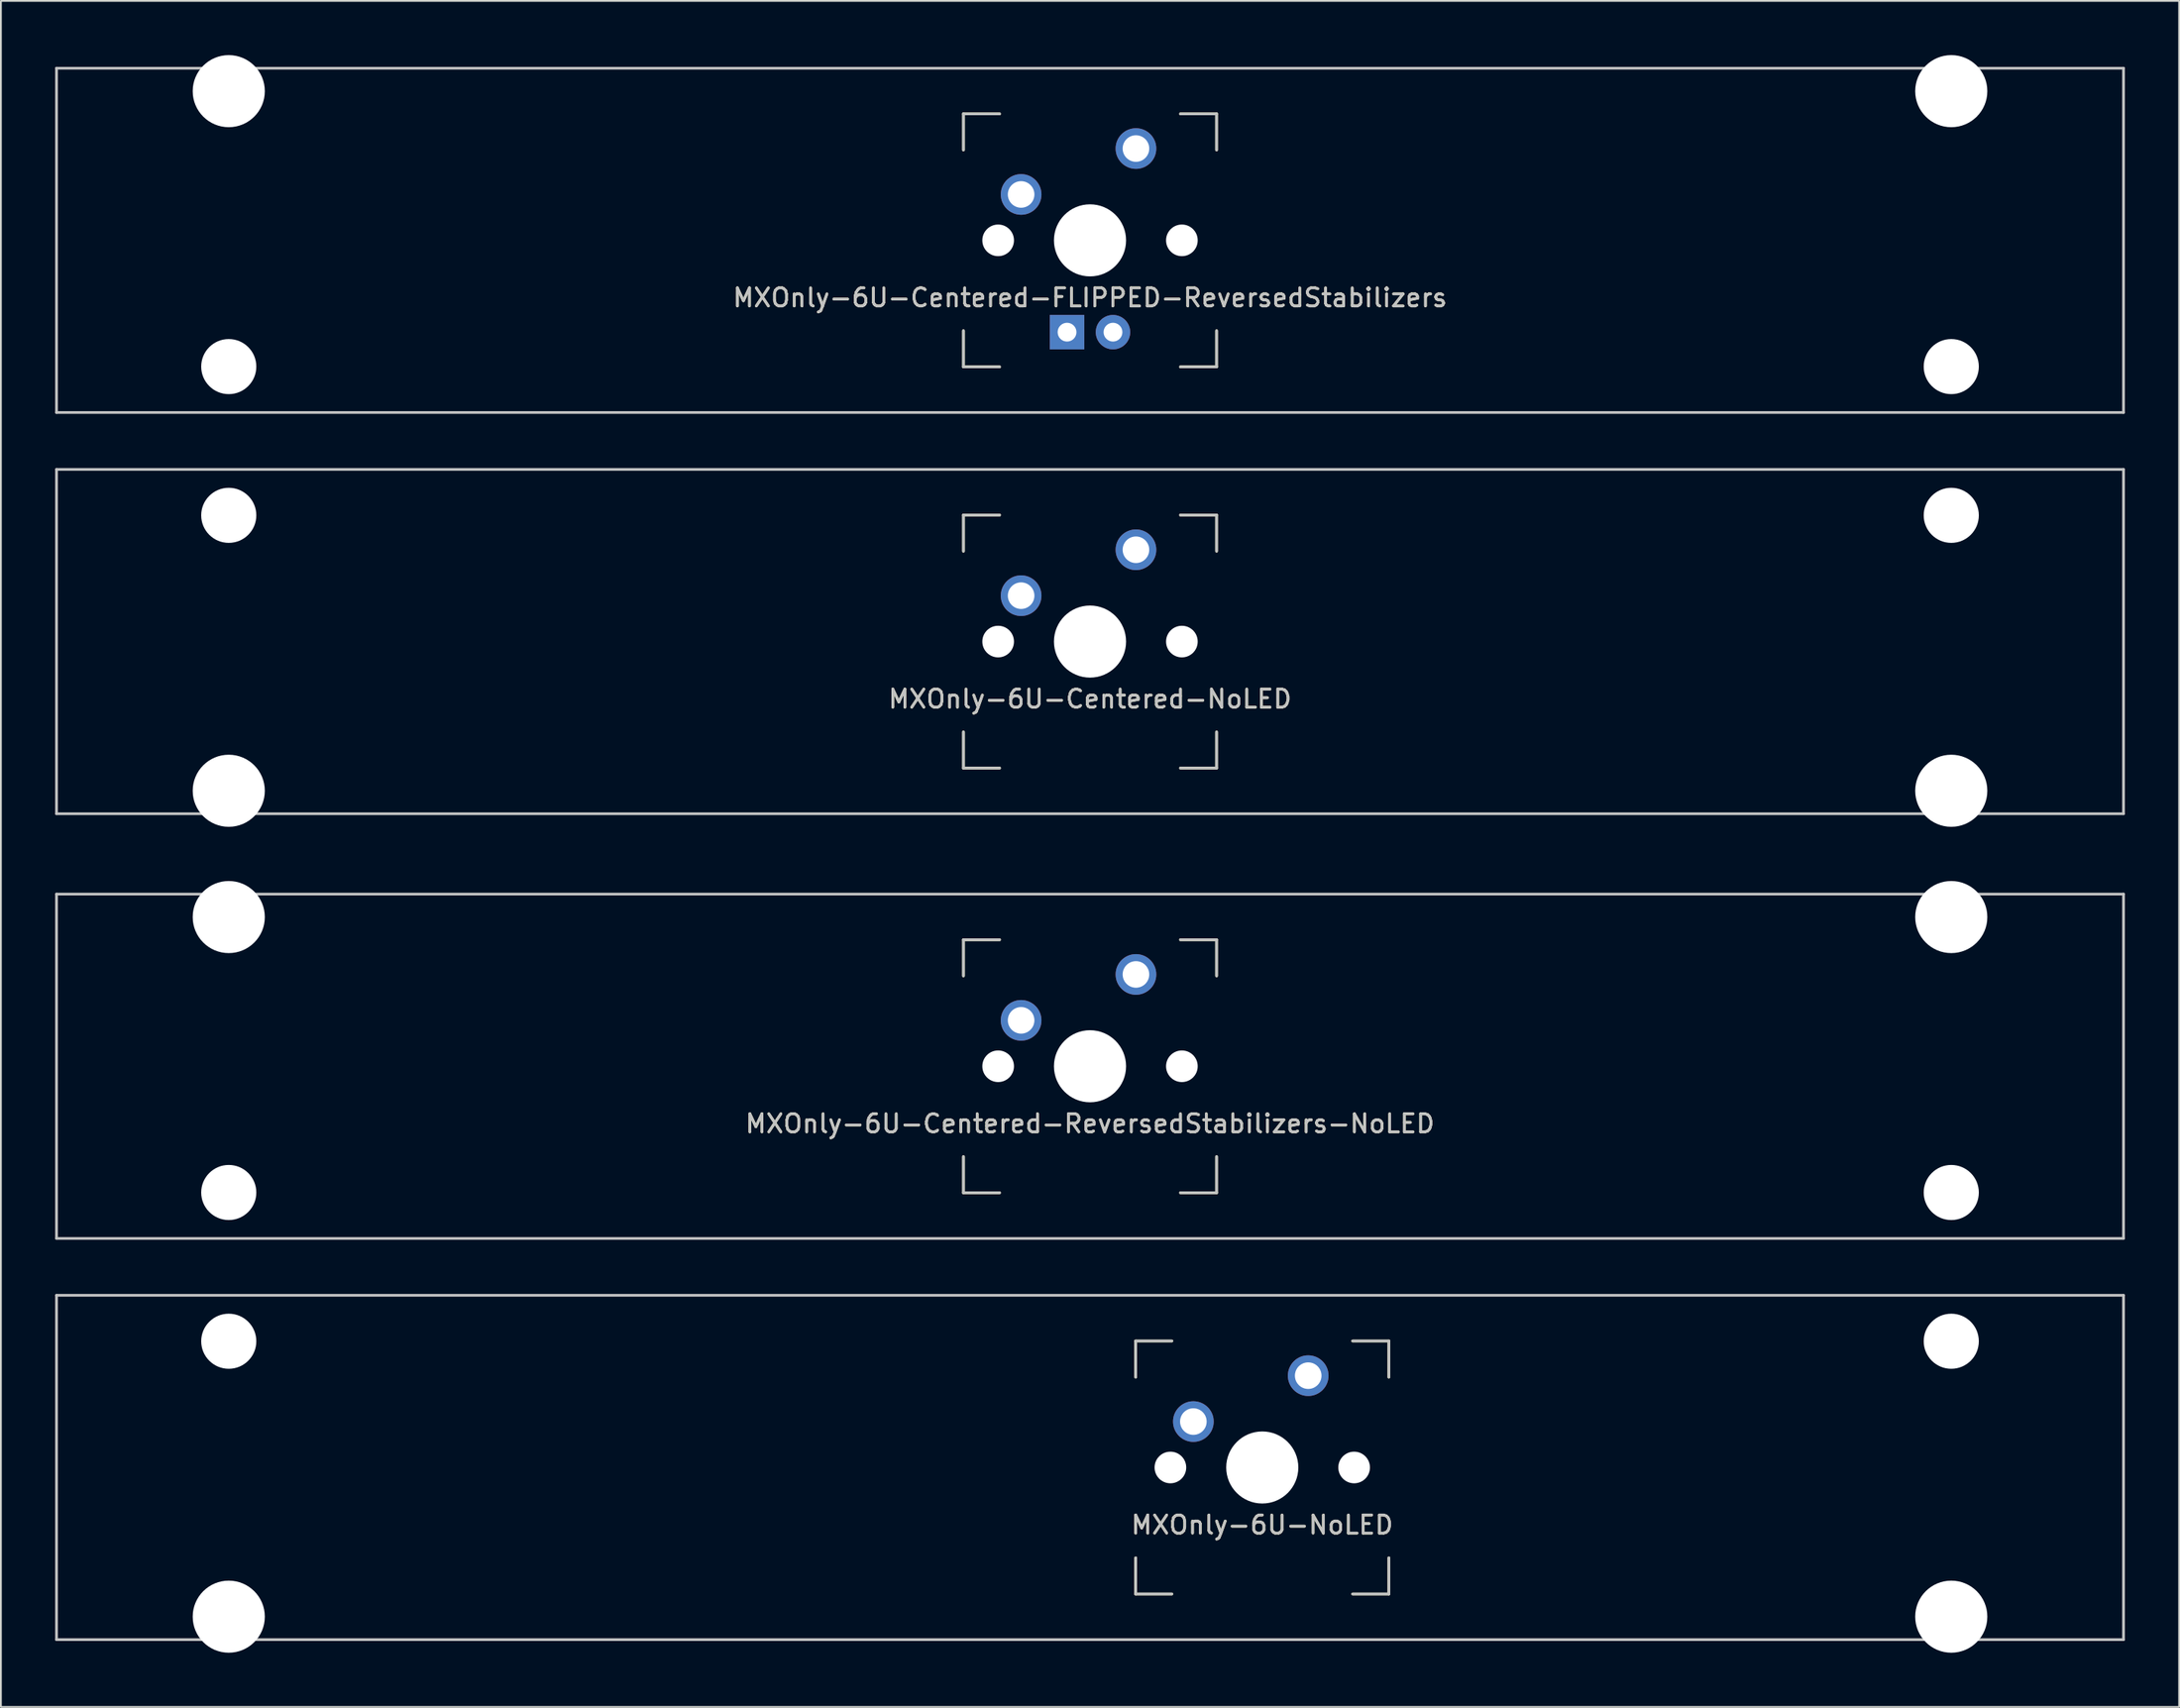
<source format=kicad_pcb>
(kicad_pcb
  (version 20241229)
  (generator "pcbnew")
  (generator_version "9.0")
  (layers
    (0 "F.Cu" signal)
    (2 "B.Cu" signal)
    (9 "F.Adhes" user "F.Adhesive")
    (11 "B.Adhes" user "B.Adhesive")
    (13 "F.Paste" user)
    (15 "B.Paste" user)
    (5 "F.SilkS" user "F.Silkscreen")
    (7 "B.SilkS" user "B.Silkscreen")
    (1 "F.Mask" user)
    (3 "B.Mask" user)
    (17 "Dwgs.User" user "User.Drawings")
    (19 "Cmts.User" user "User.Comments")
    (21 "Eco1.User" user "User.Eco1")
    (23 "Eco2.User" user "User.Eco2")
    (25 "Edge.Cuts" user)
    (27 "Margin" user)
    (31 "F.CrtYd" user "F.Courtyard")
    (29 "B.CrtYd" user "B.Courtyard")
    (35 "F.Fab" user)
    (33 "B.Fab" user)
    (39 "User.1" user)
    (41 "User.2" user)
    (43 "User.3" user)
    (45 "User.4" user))
  (footprint "MXOnly-6U-NoLED"
    (layer "F.Cu")
    (at 57.225 78.147)
    (property "Reference" "MXOnly-6U-NoLED" (at 9.525 3.175 0) (layer "Dwgs.User") (effects (font (size 1 1) (thickness 0.15))))
    (attr through_hole)
    (fp_line (start 2.525 -7) (end 2.525 -5) (stroke (width 0.15) (type solid)) (layer "F.SilkS"))
    (fp_line (start 2.525 5) (end 2.525 7) (stroke (width 0.15) (type solid)) (layer "F.SilkS"))
    (fp_line (start 2.525 7) (end 4.525 7) (stroke (width 0.15) (type solid)) (layer "F.SilkS"))
    (fp_line (start 4.525 -7) (end 2.525 -7) (stroke (width 0.15) (type solid)) (layer "F.SilkS"))
    (fp_line (start 14.525 -7) (end 16.525 -7) (stroke (width 0.15) (type solid)) (layer "F.SilkS"))
    (fp_line (start 14.525 7) (end 16.525 7) (stroke (width 0.15) (type solid)) (layer "F.SilkS"))
    (fp_line (start 16.525 -7) (end 16.525 -5) (stroke (width 0.15) (type solid)) (layer "F.SilkS"))
    (fp_line (start 16.525 7) (end 16.525 5) (stroke (width 0.15) (type solid)) (layer "F.SilkS"))
    (fp_line (start -57.15 -9.525) (end 57.15 -9.525) (stroke (width 0.15) (type solid)) (layer "Dwgs.User"))
    (fp_line (start -57.15 9.525) (end -57.15 -9.525) (stroke (width 0.15) (type solid)) (layer "Dwgs.User"))
    (fp_line (start -57.15 9.525) (end 57.15 9.525) (stroke (width 0.15) (type solid)) (layer "Dwgs.User"))
    (fp_line (start 2.525 -7) (end 2.525 -5) (stroke (width 0.15) (type solid)) (layer "Dwgs.User"))
    (fp_line (start 2.525 5) (end 2.525 7) (stroke (width 0.15) (type solid)) (layer "Dwgs.User"))
    (fp_line (start 2.525 7) (end 4.525 7) (stroke (width 0.15) (type solid)) (layer "Dwgs.User"))
    (fp_line (start 4.525 -7) (end 2.525 -7) (stroke (width 0.15) (type solid)) (layer "Dwgs.User"))
    (fp_line (start 14.525 -7) (end 16.525 -7) (stroke (width 0.15) (type solid)) (layer "Dwgs.User"))
    (fp_line (start 14.525 7) (end 16.525 7) (stroke (width 0.15) (type solid)) (layer "Dwgs.User"))
    (fp_line (start 16.525 -7) (end 16.525 -5) (stroke (width 0.15) (type solid)) (layer "Dwgs.User"))
    (fp_line (start 16.525 7) (end 16.525 5) (stroke (width 0.15) (type solid)) (layer "Dwgs.User"))
    (fp_line (start 57.15 -9.525) (end 57.15 9.525) (stroke (width 0.15) (type solid)) (layer "Dwgs.User"))
    (fp_text user "${REFERENCE}" (at 9.525 3.175 0) (layer "F.SilkS") (effects (font (size 1 1) (thickness 0.15))))
    (pad "" np_thru_hole circle (at -47.625 -6.985) (size 3.048 3.048) (drill 3.048) (layers "*.Cu" "*.Mask"))
    (pad "" np_thru_hole circle (at -47.625 8.255) (size 3.988 3.988) (drill 3.988) (layers "*.Cu" "*.Mask"))
    (pad "" np_thru_hole circle (at 4.445 0 48.1) (size 1.75 1.75) (drill 1.75) (layers "*.Cu" "*.Mask"))
    (pad "" np_thru_hole circle (at 9.525 0) (size 3.988 3.988) (drill 3.988) (layers "*.Cu" "*.Mask"))
    (pad "" np_thru_hole circle (at 14.605 0 48.1) (size 1.75 1.75) (drill 1.75) (layers "*.Cu" "*.Mask"))
    (pad "" np_thru_hole circle (at 47.625 -6.985) (size 3.048 3.048) (drill 3.048) (layers "*.Cu" "*.Mask"))
    (pad "" np_thru_hole circle (at 47.625 8.255) (size 3.988 3.988) (drill 3.988) (layers "*.Cu" "*.Mask"))
    (pad "1" thru_hole circle (at 5.715 -2.54) (size 2.25 2.25) (drill 1.47) (layers "*.Cu" "B.Mask"))
    (pad "2" thru_hole circle (at 12.065 -5.08) (size 2.25 2.25) (drill 1.47) (layers "*.Cu" "B.Mask")))
  (footprint "MXOnly-6U-Centered-NoLED"
    (layer "F.Cu")
    (at 57.225 32.449)
    (property "Reference" "MXOnly-6U-Centered-NoLED" (at 0 3.175 0) (layer "Dwgs.User") (effects (font (size 1 1) (thickness 0.15))))
    (attr through_hole)
    (fp_line (start -7 -7) (end -7 -5) (stroke (width 0.15) (type solid)) (layer "F.SilkS"))
    (fp_line (start -7 5) (end -7 7) (stroke (width 0.15) (type solid)) (layer "F.SilkS"))
    (fp_line (start -7 7) (end -5 7) (stroke (width 0.15) (type solid)) (layer "F.SilkS"))
    (fp_line (start -5 -7) (end -7 -7) (stroke (width 0.15) (type solid)) (layer "F.SilkS"))
    (fp_line (start 5 -7) (end 7 -7) (stroke (width 0.15) (type solid)) (layer "F.SilkS"))
    (fp_line (start 5 7) (end 7 7) (stroke (width 0.15) (type solid)) (layer "F.SilkS"))
    (fp_line (start 7 -7) (end 7 -5) (stroke (width 0.15) (type solid)) (layer "F.SilkS"))
    (fp_line (start 7 7) (end 7 5) (stroke (width 0.15) (type solid)) (layer "F.SilkS"))
    (fp_line (start -57.15 -9.525) (end 57.15 -9.525) (stroke (width 0.15) (type solid)) (layer "Dwgs.User"))
    (fp_line (start -57.15 9.525) (end -57.15 -9.525) (stroke (width 0.15) (type solid)) (layer "Dwgs.User"))
    (fp_line (start -57.15 9.525) (end 57.15 9.525) (stroke (width 0.15) (type solid)) (layer "Dwgs.User"))
    (fp_line (start -7 -7) (end -7 -5) (stroke (width 0.15) (type solid)) (layer "Dwgs.User"))
    (fp_line (start -7 5) (end -7 7) (stroke (width 0.15) (type solid)) (layer "Dwgs.User"))
    (fp_line (start -7 7) (end -5 7) (stroke (width 0.15) (type solid)) (layer "Dwgs.User"))
    (fp_line (start -5 -7) (end -7 -7) (stroke (width 0.15) (type solid)) (layer "Dwgs.User"))
    (fp_line (start 5 -7) (end 7 -7) (stroke (width 0.15) (type solid)) (layer "Dwgs.User"))
    (fp_line (start 5 7) (end 7 7) (stroke (width 0.15) (type solid)) (layer "Dwgs.User"))
    (fp_line (start 7 -7) (end 7 -5) (stroke (width 0.15) (type solid)) (layer "Dwgs.User"))
    (fp_line (start 7 7) (end 7 5) (stroke (width 0.15) (type solid)) (layer "Dwgs.User"))
    (fp_line (start 57.15 -9.525) (end 57.15 9.525) (stroke (width 0.15) (type solid)) (layer "Dwgs.User"))
    (fp_text user "${REFERENCE}" (at 0 3.175 0) (layer "F.SilkS") (effects (font (size 1 1) (thickness 0.15))))
    (pad "" np_thru_hole circle (at -47.625 -6.985) (size 3.048 3.048) (drill 3.048) (layers "*.Cu" "*.Mask"))
    (pad "" np_thru_hole circle (at -47.625 8.255) (size 3.988 3.988) (drill 3.988) (layers "*.Cu" "*.Mask"))
    (pad "" np_thru_hole circle (at -5.08 0 48.1) (size 1.75 1.75) (drill 1.75) (layers "*.Cu" "*.Mask"))
    (pad "" np_thru_hole circle (at 0 0) (size 3.988 3.988) (drill 3.988) (layers "*.Cu" "*.Mask"))
    (pad "" np_thru_hole circle (at 5.08 0 48.1) (size 1.75 1.75) (drill 1.75) (layers "*.Cu" "*.Mask"))
    (pad "" np_thru_hole circle (at 47.625 -6.985) (size 3.048 3.048) (drill 3.048) (layers "*.Cu" "*.Mask"))
    (pad "" np_thru_hole circle (at 47.625 8.255) (size 3.988 3.988) (drill 3.988) (layers "*.Cu" "*.Mask"))
    (pad "1" thru_hole circle (at -3.81 -2.54) (size 2.25 2.25) (drill 1.47) (layers "*.Cu" "B.Mask"))
    (pad "2" thru_hole circle (at 2.54 -5.08) (size 2.25 2.25) (drill 1.47) (layers "*.Cu" "B.Mask")))
  (footprint "MXOnly-6U-Centered-ReversedStabilizers-NoLED"
    (layer "F.Cu")
    (at 57.225 55.947)
    (property "Reference" "MXOnly-6U-Centered-ReversedStabilizers-NoLED" (at 0 3.175 0) (layer "Dwgs.User") (effects (font (size 1 1) (thickness 0.15))))
    (attr through_hole)
    (fp_line (start -7 -7) (end -7 -5) (stroke (width 0.15) (type solid)) (layer "F.SilkS"))
    (fp_line (start -7 5) (end -7 7) (stroke (width 0.15) (type solid)) (layer "F.SilkS"))
    (fp_line (start -7 7) (end -5 7) (stroke (width 0.15) (type solid)) (layer "F.SilkS"))
    (fp_line (start -5 -7) (end -7 -7) (stroke (width 0.15) (type solid)) (layer "F.SilkS"))
    (fp_line (start 5 -7) (end 7 -7) (stroke (width 0.15) (type solid)) (layer "F.SilkS"))
    (fp_line (start 5 7) (end 7 7) (stroke (width 0.15) (type solid)) (layer "F.SilkS"))
    (fp_line (start 7 -7) (end 7 -5) (stroke (width 0.15) (type solid)) (layer "F.SilkS"))
    (fp_line (start 7 7) (end 7 5) (stroke (width 0.15) (type solid)) (layer "F.SilkS"))
    (fp_line (start -57.15 -9.525) (end 57.15 -9.525) (stroke (width 0.15) (type solid)) (layer "Dwgs.User"))
    (fp_line (start -57.15 9.525) (end -57.15 -9.525) (stroke (width 0.15) (type solid)) (layer "Dwgs.User"))
    (fp_line (start -57.15 9.525) (end 57.15 9.525) (stroke (width 0.15) (type solid)) (layer "Dwgs.User"))
    (fp_line (start -7 -7) (end -7 -5) (stroke (width 0.15) (type solid)) (layer "Dwgs.User"))
    (fp_line (start -7 5) (end -7 7) (stroke (width 0.15) (type solid)) (layer "Dwgs.User"))
    (fp_line (start -7 7) (end -5 7) (stroke (width 0.15) (type solid)) (layer "Dwgs.User"))
    (fp_line (start -5 -7) (end -7 -7) (stroke (width 0.15) (type solid)) (layer "Dwgs.User"))
    (fp_line (start 5 -7) (end 7 -7) (stroke (width 0.15) (type solid)) (layer "Dwgs.User"))
    (fp_line (start 5 7) (end 7 7) (stroke (width 0.15) (type solid)) (layer "Dwgs.User"))
    (fp_line (start 7 -7) (end 7 -5) (stroke (width 0.15) (type solid)) (layer "Dwgs.User"))
    (fp_line (start 7 7) (end 7 5) (stroke (width 0.15) (type solid)) (layer "Dwgs.User"))
    (fp_line (start 57.15 -9.525) (end 57.15 9.525) (stroke (width 0.15) (type solid)) (layer "Dwgs.User"))
    (fp_text user "${REFERENCE}" (at 0 3.175 0) (layer "F.SilkS") (effects (font (size 1 1) (thickness 0.15))))
    (pad "" np_thru_hole circle (at -47.625 -8.255) (size 3.988 3.988) (drill 3.988) (layers "*.Cu" "*.Mask"))
    (pad "" np_thru_hole circle (at -47.625 6.985) (size 3.048 3.048) (drill 3.048) (layers "*.Cu" "*.Mask"))
    (pad "" np_thru_hole circle (at -5.08 0 48.1) (size 1.75 1.75) (drill 1.75) (layers "*.Cu" "*.Mask"))
    (pad "" np_thru_hole circle (at 0 0) (size 3.988 3.988) (drill 3.988) (layers "*.Cu" "*.Mask"))
    (pad "" np_thru_hole circle (at 5.08 0 48.1) (size 1.75 1.75) (drill 1.75) (layers "*.Cu" "*.Mask"))
    (pad "" np_thru_hole circle (at 47.625 -8.255) (size 3.988 3.988) (drill 3.988) (layers "*.Cu" "*.Mask"))
    (pad "" np_thru_hole circle (at 47.625 6.985) (size 3.048 3.048) (drill 3.048) (layers "*.Cu" "*.Mask"))
    (pad "1" thru_hole circle (at -3.81 -2.54) (size 2.25 2.25) (drill 1.47) (layers "*.Cu" "B.Mask"))
    (pad "2" thru_hole circle (at 2.54 -5.08) (size 2.25 2.25) (drill 1.47) (layers "*.Cu" "B.Mask")))
  (footprint "MXOnly-6U-Centered-FLIPPED-ReversedStabilizers"
    (layer "F.Cu")
    (at 57.225 10.249)
    (property "Reference" "MXOnly-6U-Centered-FLIPPED-ReversedStabilizers" (at 0 3.175 0) (layer "Dwgs.User") (effects (font (size 1 1) (thickness 0.15))))
    (attr through_hole)
    (fp_line (start -7 -7) (end -7 -5) (stroke (width 0.15) (type solid)) (layer "F.SilkS"))
    (fp_line (start -7 5) (end -7 7) (stroke (width 0.15) (type solid)) (layer "F.SilkS"))
    (fp_line (start -7 7) (end -5 7) (stroke (width 0.15) (type solid)) (layer "F.SilkS"))
    (fp_line (start -5 -7) (end -7 -7) (stroke (width 0.15) (type solid)) (layer "F.SilkS"))
    (fp_line (start 5 -7) (end 7 -7) (stroke (width 0.15) (type solid)) (layer "F.SilkS"))
    (fp_line (start 5 7) (end 7 7) (stroke (width 0.15) (type solid)) (layer "F.SilkS"))
    (fp_line (start 7 -7) (end 7 -5) (stroke (width 0.15) (type solid)) (layer "F.SilkS"))
    (fp_line (start 7 7) (end 7 5) (stroke (width 0.15) (type solid)) (layer "F.SilkS"))
    (fp_line (start -57.15 -9.525) (end 57.15 -9.525) (stroke (width 0.15) (type solid)) (layer "Dwgs.User"))
    (fp_line (start -57.15 9.525) (end -57.15 -9.525) (stroke (width 0.15) (type solid)) (layer "Dwgs.User"))
    (fp_line (start -57.15 9.525) (end 57.15 9.525) (stroke (width 0.15) (type solid)) (layer "Dwgs.User"))
    (fp_line (start -7 -7) (end -7 -5) (stroke (width 0.15) (type solid)) (layer "Dwgs.User"))
    (fp_line (start -7 5) (end -7 7) (stroke (width 0.15) (type solid)) (layer "Dwgs.User"))
    (fp_line (start -7 7) (end -5 7) (stroke (width 0.15) (type solid)) (layer "Dwgs.User"))
    (fp_line (start -5 -7) (end -7 -7) (stroke (width 0.15) (type solid)) (layer "Dwgs.User"))
    (fp_line (start 5 -7) (end 7 -7) (stroke (width 0.15) (type solid)) (layer "Dwgs.User"))
    (fp_line (start 5 7) (end 7 7) (stroke (width 0.15) (type solid)) (layer "Dwgs.User"))
    (fp_line (start 7 -7) (end 7 -5) (stroke (width 0.15) (type solid)) (layer "Dwgs.User"))
    (fp_line (start 7 7) (end 7 5) (stroke (width 0.15) (type solid)) (layer "Dwgs.User"))
    (fp_line (start 57.15 -9.525) (end 57.15 9.525) (stroke (width 0.15) (type solid)) (layer "Dwgs.User"))
    (fp_text user "${REFERENCE}" (at 0 3.175 0) (layer "F.SilkS") (effects (font (size 1 1) (thickness 0.15))))
    (pad "" np_thru_hole circle (at -47.625 -8.255) (size 3.988 3.988) (drill 3.988) (layers "*.Cu" "*.Mask"))
    (pad "" np_thru_hole circle (at -47.625 6.985) (size 3.048 3.048) (drill 3.048) (layers "*.Cu" "*.Mask"))
    (pad "" np_thru_hole circle (at -5.08 0 48.1) (size 1.75 1.75) (drill 1.75) (layers "*.Cu" "*.Mask"))
    (pad "" np_thru_hole circle (at 0 0) (size 3.988 3.988) (drill 3.988) (layers "*.Cu" "*.Mask"))
    (pad "" np_thru_hole circle (at 5.08 0 48.1) (size 1.75 1.75) (drill 1.75) (layers "*.Cu" "*.Mask"))
    (pad "" np_thru_hole circle (at 47.625 -8.255) (size 3.988 3.988) (drill 3.988) (layers "*.Cu" "*.Mask"))
    (pad "" np_thru_hole circle (at 47.625 6.985) (size 3.048 3.048) (drill 3.048) (layers "*.Cu" "*.Mask"))
    (pad "1" thru_hole circle (at -3.81 -2.54) (size 2.25 2.25) (drill 1.47) (layers "*.Cu" "B.Mask"))
    (pad "2" thru_hole circle (at 2.54 -5.08) (size 2.25 2.25) (drill 1.47) (layers "*.Cu" "B.Mask"))
    (pad "3" thru_hole circle (at 1.27 5.08) (size 1.905 1.905) (drill 1.04) (layers "*.Cu" "B.Mask"))
    (pad "4" thru_hole rect (at -1.27 5.08) (size 1.905 1.905) (drill 1.04) (layers "*.Cu" "B.Mask")))
  (gr_rect
    (start -3 -3)
    (end 117.45 91.396)
    (stroke (width 0.1) (type default))
    (fill no)
    (layer "Edge.Cuts")))
</source>
